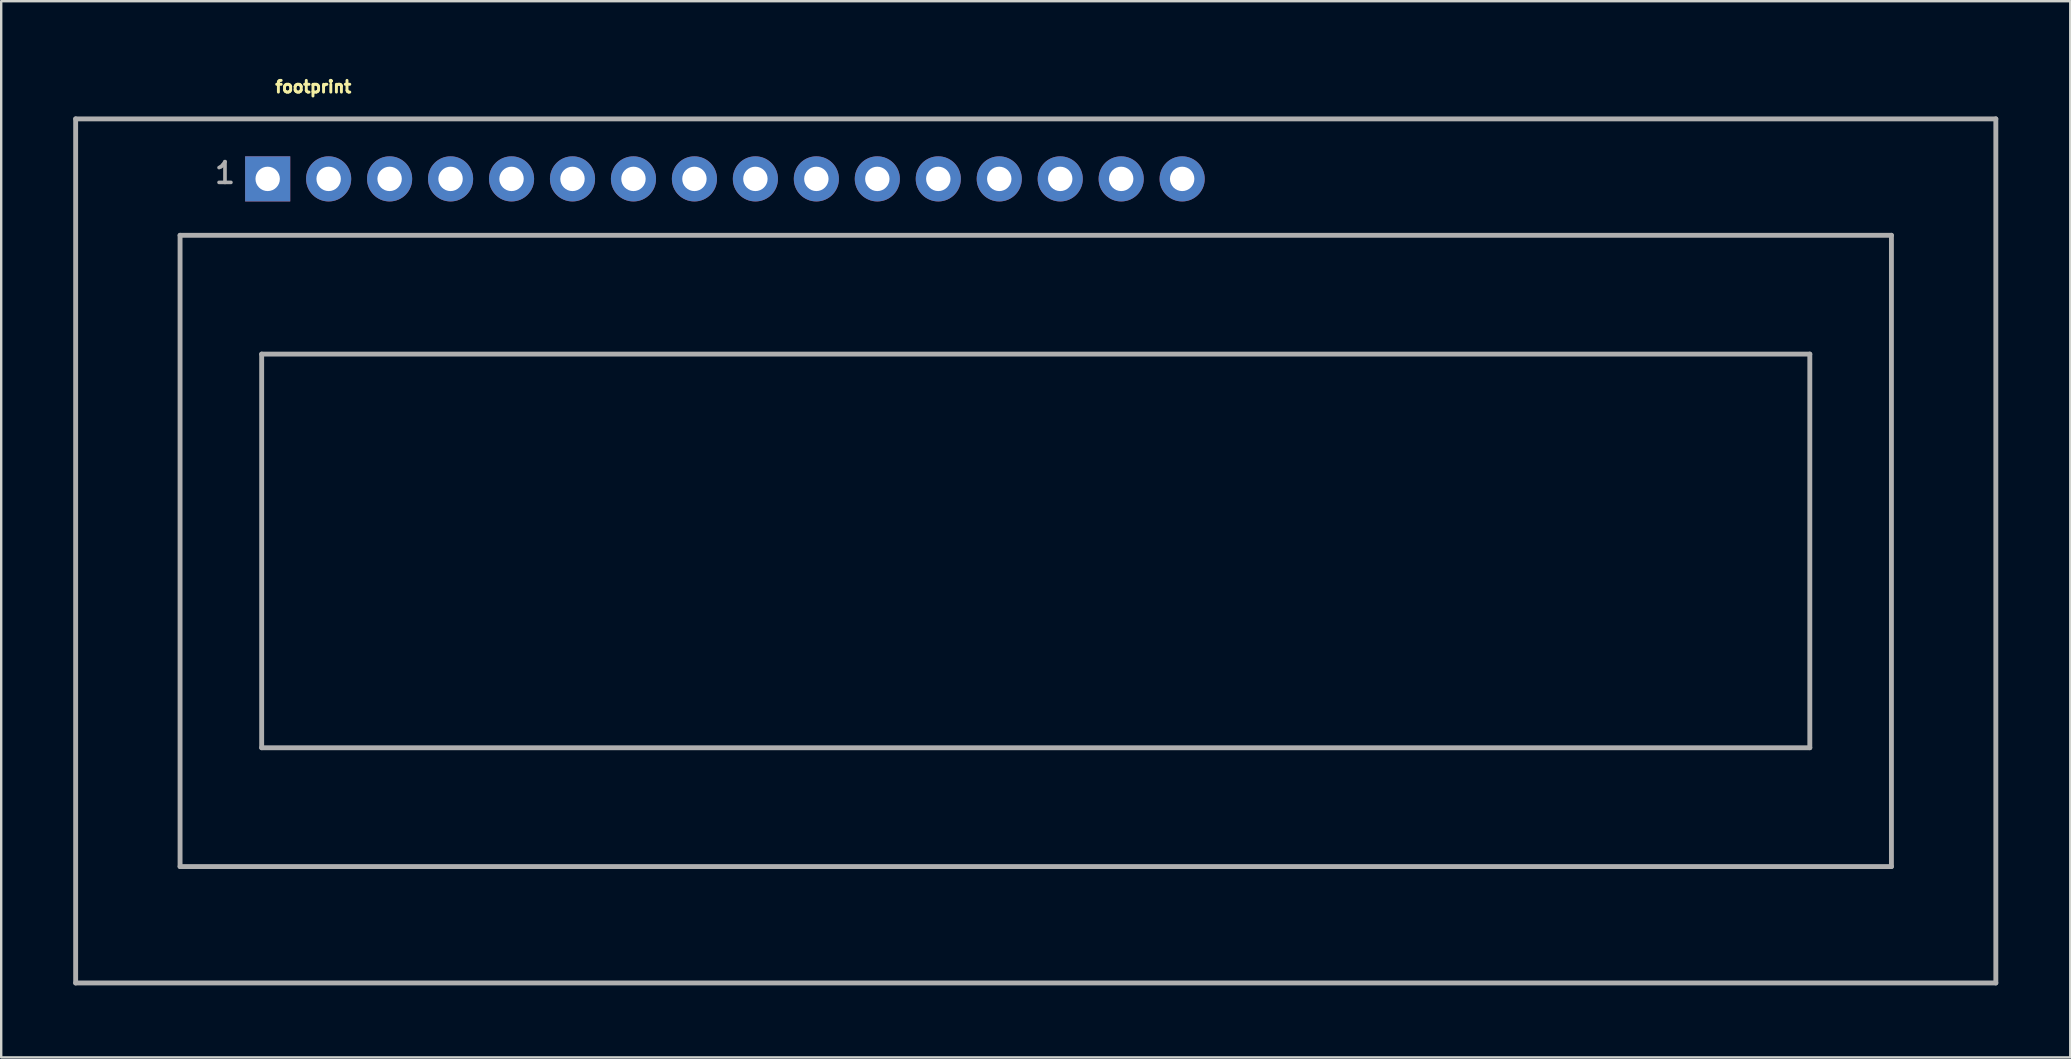
<source format=kicad_pcb>
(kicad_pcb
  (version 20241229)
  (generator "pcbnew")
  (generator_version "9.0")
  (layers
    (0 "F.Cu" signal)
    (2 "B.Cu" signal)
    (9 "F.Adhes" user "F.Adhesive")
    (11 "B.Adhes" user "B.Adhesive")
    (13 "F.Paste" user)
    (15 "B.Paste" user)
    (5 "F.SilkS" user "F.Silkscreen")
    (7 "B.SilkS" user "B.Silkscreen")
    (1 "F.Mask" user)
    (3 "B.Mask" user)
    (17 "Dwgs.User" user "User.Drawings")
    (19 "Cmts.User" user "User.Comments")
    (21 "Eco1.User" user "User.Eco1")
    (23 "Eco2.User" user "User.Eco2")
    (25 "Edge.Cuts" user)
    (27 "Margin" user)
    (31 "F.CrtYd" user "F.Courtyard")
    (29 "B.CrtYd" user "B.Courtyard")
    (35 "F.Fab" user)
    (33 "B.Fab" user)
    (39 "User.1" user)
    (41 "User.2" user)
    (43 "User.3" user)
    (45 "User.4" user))
  (footprint "footprint"
    (layer "F.Cu")
    (at 40.102 19.903)
    (property "Reference" "footprint" (at -31.75 -19.05 0) (layer "F.SilkS") (effects (font (size 0.488 0.488) (thickness 0.122)) (justify left bottom)))
    (fp_line (start -40 -18) (end 40 -18) (stroke (width 0.203) (type solid)) (layer "F.Fab"))
    (fp_line (start -40 18) (end -40 -18) (stroke (width 0.203) (type solid)) (layer "F.Fab"))
    (fp_line (start -35.65 -13.15) (end 35.65 -13.15) (stroke (width 0.203) (type solid)) (layer "F.Fab"))
    (fp_line (start -35.65 13.15) (end -35.65 -13.15) (stroke (width 0.203) (type solid)) (layer "F.Fab"))
    (fp_line (start -32.25 -8.2) (end 32.25 -8.2) (stroke (width 0.203) (type solid)) (layer "F.Fab"))
    (fp_line (start -32.25 8.2) (end -32.25 -8.2) (stroke (width 0.203) (type solid)) (layer "F.Fab"))
    (fp_line (start 32.25 -8.2) (end 32.25 8.2) (stroke (width 0.203) (type solid)) (layer "F.Fab"))
    (fp_line (start 32.25 8.2) (end -32.25 8.2) (stroke (width 0.203) (type solid)) (layer "F.Fab"))
    (fp_line (start 35.65 -13.15) (end 35.65 13.15) (stroke (width 0.203) (type solid)) (layer "F.Fab"))
    (fp_line (start 35.65 13.15) (end -35.65 13.15) (stroke (width 0.203) (type solid)) (layer "F.Fab"))
    (fp_line (start 40 -18) (end 40 18) (stroke (width 0.203) (type solid)) (layer "F.Fab"))
    (fp_line (start 40 18) (end -40 18) (stroke (width 0.203) (type solid)) (layer "F.Fab"))
    (fp_text user "1" (at -34.29 -15.24 0) (layer "F.Fab") (effects (font (size 0.864 0.864) (thickness 0.152)) (justify left bottom)))
    (pad "1" thru_hole rect (at -32 -15.5) (size 1.88 1.88) (drill 1.016) (layers "*.Cu" "*.Mask"))
    (pad "2" thru_hole circle (at -29.46 -15.5) (size 1.88 1.88) (drill 1.016) (layers "*.Cu" "*.Mask"))
    (pad "3" thru_hole circle (at -26.92 -15.5) (size 1.88 1.88) (drill 1.016) (layers "*.Cu" "*.Mask"))
    (pad "4" thru_hole circle (at -24.38 -15.5) (size 1.88 1.88) (drill 1.016) (layers "*.Cu" "*.Mask"))
    (pad "5" thru_hole circle (at -21.84 -15.5) (size 1.88 1.88) (drill 1.016) (layers "*.Cu" "*.Mask"))
    (pad "6" thru_hole circle (at -19.3 -15.5) (size 1.88 1.88) (drill 1.016) (layers "*.Cu" "*.Mask"))
    (pad "7" thru_hole circle (at -16.76 -15.5) (size 1.88 1.88) (drill 1.016) (layers "*.Cu" "*.Mask"))
    (pad "8" thru_hole circle (at -14.22 -15.5) (size 1.88 1.88) (drill 1.016) (layers "*.Cu" "*.Mask"))
    (pad "9" thru_hole circle (at -11.68 -15.5) (size 1.88 1.88) (drill 1.016) (layers "*.Cu" "*.Mask"))
    (pad "10" thru_hole circle (at -9.14 -15.5) (size 1.88 1.88) (drill 1.016) (layers "*.Cu" "*.Mask"))
    (pad "11" thru_hole circle (at -6.6 -15.5) (size 1.88 1.88) (drill 1.016) (layers "*.Cu" "*.Mask"))
    (pad "12" thru_hole circle (at -4.06 -15.5) (size 1.88 1.88) (drill 1.016) (layers "*.Cu" "*.Mask"))
    (pad "13" thru_hole circle (at -1.52 -15.5) (size 1.88 1.88) (drill 1.016) (layers "*.Cu" "*.Mask"))
    (pad "14" thru_hole circle (at 1.02 -15.5) (size 1.88 1.88) (drill 1.016) (layers "*.Cu" "*.Mask"))
    (pad "15" thru_hole circle (at 3.56 -15.5) (size 1.88 1.88) (drill 1.016) (layers "*.Cu" "*.Mask"))
    (pad "16" thru_hole circle (at 6.1 -15.5) (size 1.88 1.88) (drill 1.016) (layers "*.Cu" "*.Mask")))
  (gr_rect
    (start -3 -3)
    (end 83.203 41.005)
    (stroke (width 0.1) (type default))
    (fill no)
    (layer "Edge.Cuts")))
</source>
